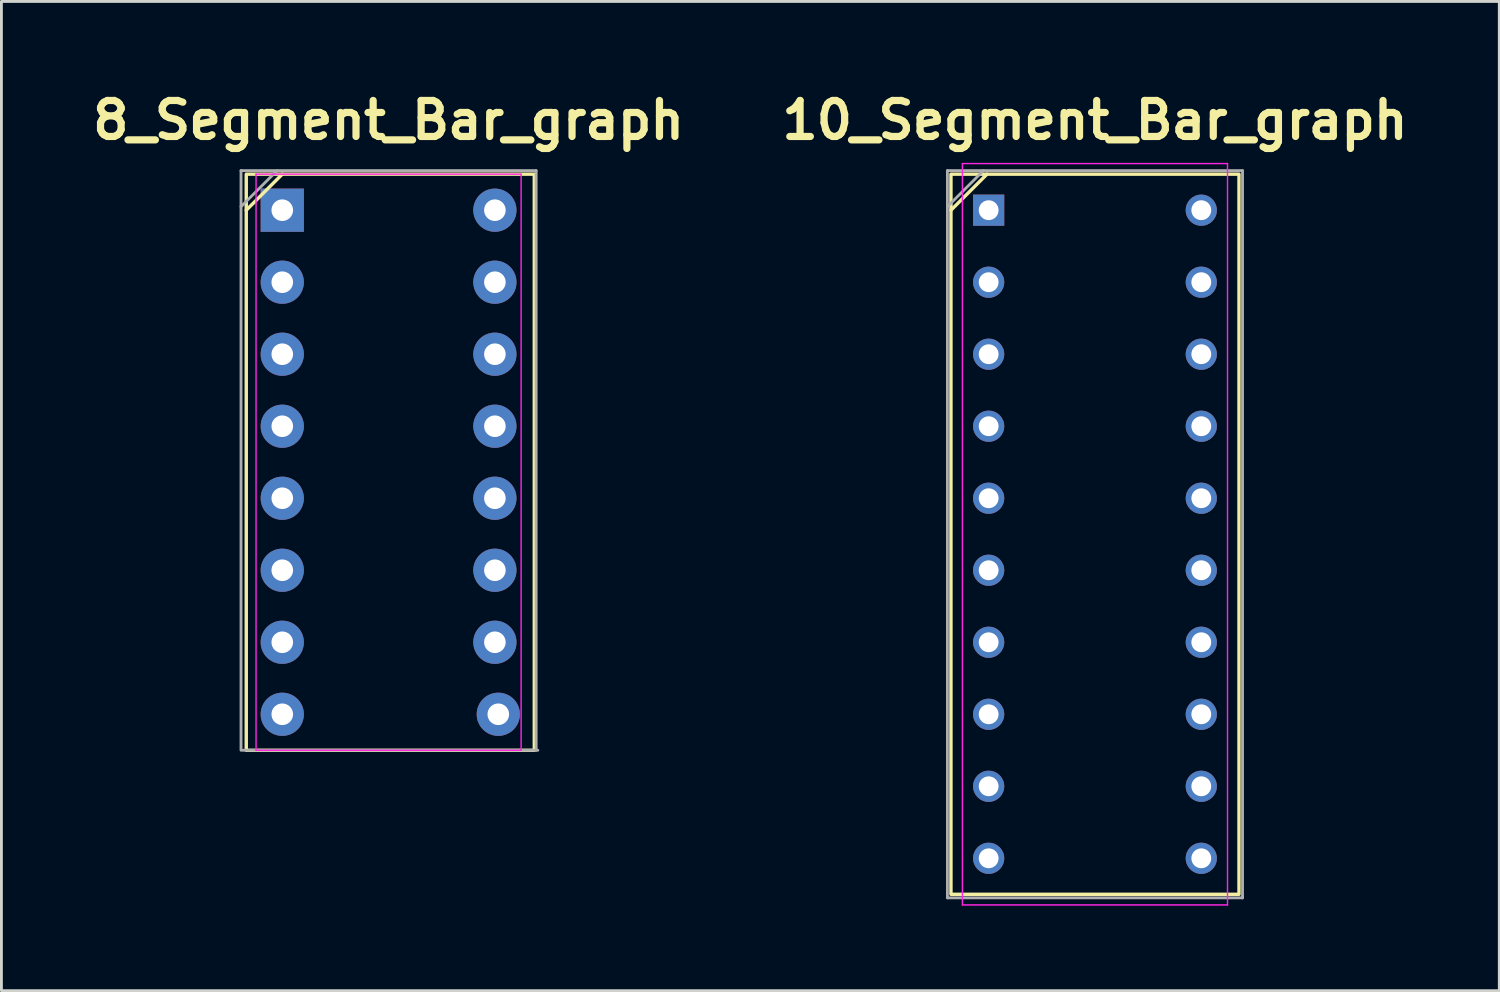
<source format=kicad_pcb>
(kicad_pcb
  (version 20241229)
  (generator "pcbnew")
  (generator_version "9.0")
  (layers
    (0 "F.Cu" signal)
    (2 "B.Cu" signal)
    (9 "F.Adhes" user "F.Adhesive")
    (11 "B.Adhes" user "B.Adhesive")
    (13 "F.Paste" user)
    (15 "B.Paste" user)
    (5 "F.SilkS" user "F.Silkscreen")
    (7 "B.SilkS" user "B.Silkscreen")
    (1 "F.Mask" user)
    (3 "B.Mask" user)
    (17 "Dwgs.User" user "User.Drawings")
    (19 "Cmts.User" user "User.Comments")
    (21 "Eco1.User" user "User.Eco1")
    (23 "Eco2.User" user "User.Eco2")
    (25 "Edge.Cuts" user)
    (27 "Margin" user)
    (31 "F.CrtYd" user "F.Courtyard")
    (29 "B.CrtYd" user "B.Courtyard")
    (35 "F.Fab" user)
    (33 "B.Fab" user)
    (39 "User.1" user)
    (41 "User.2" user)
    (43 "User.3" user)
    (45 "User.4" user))
  (footprint "10_Segment_Bar_graph"
    (layer "F.Cu")
    (at 35.572 15.794)
    (property "Reference" "10_Segment_Bar_graph" (at 0 -14.605 0) (layer "F.SilkS") (effects (font (size 1.27 1.27) (thickness 0.254))))
    (attr through_hole)
    (fp_line (start -5.08 -11.43) (end -3.81 -12.7) (stroke (width 0.12) (type default)) (layer "F.SilkS"))
    (fp_rect (start 5.08 12.7) (end -5.08 -12.7) (stroke (width 0.12) (type default)) (fill no) (layer "F.SilkS"))
    (fp_line (start -4.675 -13.075) (end 4.675 -13.075) (stroke (width 0.05) (type solid)) (layer "F.CrtYd"))
    (fp_line (start -4.675 13.075) (end -4.675 -13.075) (stroke (width 0.05) (type solid)) (layer "F.CrtYd"))
    (fp_line (start 4.675 -13.075) (end 4.675 13.075) (stroke (width 0.05) (type solid)) (layer "F.CrtYd"))
    (fp_line (start 4.675 13.075) (end -4.675 13.075) (stroke (width 0.05) (type solid)) (layer "F.CrtYd"))
    (fp_line (start -5.205 -12.825) (end 5.205 -12.825) (stroke (width 0.1) (type solid)) (layer "F.Fab"))
    (fp_line (start -5.205 -11.555) (end -3.935 -12.825) (stroke (width 0.1) (type solid)) (layer "F.Fab"))
    (fp_line (start -5.205 12.825) (end -5.205 -12.825) (stroke (width 0.1) (type solid)) (layer "F.Fab"))
    (fp_line (start 5.205 -12.825) (end 5.205 12.825) (stroke (width 0.1) (type solid)) (layer "F.Fab"))
    (fp_line (start 5.205 12.825) (end -5.205 12.825) (stroke (width 0.1) (type solid)) (layer "F.Fab"))
    (pad "1" thru_hole rect (at -3.75 -11.43) (size 1.1 1.1) (drill 0.7) (layers "*.Cu" "*.Mask"))
    (pad "2" thru_hole circle (at -3.75 -8.89) (size 1.1 1.1) (drill 0.7) (layers "*.Cu" "*.Mask"))
    (pad "3" thru_hole circle (at -3.75 -6.35) (size 1.1 1.1) (drill 0.7) (layers "*.Cu" "*.Mask"))
    (pad "4" thru_hole circle (at -3.75 -3.81) (size 1.1 1.1) (drill 0.7) (layers "*.Cu" "*.Mask"))
    (pad "5" thru_hole circle (at -3.75 -1.27) (size 1.1 1.1) (drill 0.7) (layers "*.Cu" "*.Mask"))
    (pad "6" thru_hole circle (at -3.75 1.27) (size 1.1 1.1) (drill 0.7) (layers "*.Cu" "*.Mask"))
    (pad "7" thru_hole circle (at -3.75 3.81) (size 1.1 1.1) (drill 0.7) (layers "*.Cu" "*.Mask"))
    (pad "8" thru_hole circle (at -3.75 6.35) (size 1.1 1.1) (drill 0.7) (layers "*.Cu" "*.Mask"))
    (pad "9" thru_hole circle (at -3.75 8.89) (size 1.1 1.1) (drill 0.7) (layers "*.Cu" "*.Mask"))
    (pad "10" thru_hole circle (at -3.75 11.43) (size 1.1 1.1) (drill 0.7) (layers "*.Cu" "*.Mask"))
    (pad "11" thru_hole circle (at 3.75 11.43) (size 1.1 1.1) (drill 0.7) (layers "*.Cu" "*.Mask"))
    (pad "12" thru_hole circle (at 3.75 8.89) (size 1.1 1.1) (drill 0.7) (layers "*.Cu" "*.Mask"))
    (pad "13" thru_hole circle (at 3.75 6.35) (size 1.1 1.1) (drill 0.7) (layers "*.Cu" "*.Mask"))
    (pad "14" thru_hole circle (at 3.75 3.81) (size 1.1 1.1) (drill 0.7) (layers "*.Cu" "*.Mask"))
    (pad "15" thru_hole circle (at 3.75 1.27) (size 1.1 1.1) (drill 0.7) (layers "*.Cu" "*.Mask"))
    (pad "16" thru_hole circle (at 3.75 -1.27) (size 1.1 1.1) (drill 0.7) (layers "*.Cu" "*.Mask"))
    (pad "17" thru_hole circle (at 3.75 -3.81) (size 1.1 1.1) (drill 0.7) (layers "*.Cu" "*.Mask"))
    (pad "18" thru_hole circle (at 3.75 -6.35) (size 1.1 1.1) (drill 0.7) (layers "*.Cu" "*.Mask"))
    (pad "19" thru_hole circle (at 3.75 -8.89) (size 1.1 1.1) (drill 0.7) (layers "*.Cu" "*.Mask"))
    (pad "20" thru_hole circle (at 3.75 -11.43) (size 1.1 1.1) (drill 0.7) (layers "*.Cu" "*.Mask")))
  (footprint "8_Segment_Bar_graph"
    (layer "F.Cu")
    (at 6.906 4.364)
    (property "Reference" "8_Segment_Bar_graph" (at 3.75 -3.175 0) (layer "F.SilkS") (effects (font (size 1.27 1.27) (thickness 0.254))))
    (attr through_hole)
    (fp_line (start -1.27 0) (end 0 -1.27) (stroke (width 0.12) (type default)) (layer "F.SilkS"))
    (fp_rect (start 8.89 19.05) (end -1.27 -1.27) (stroke (width 0.12) (type default)) (fill no) (layer "F.SilkS"))
    (fp_line (start -0.925 -1.27) (end 8.425 -1.27) (stroke (width 0.05) (type solid)) (layer "F.CrtYd"))
    (fp_line (start -0.925 19.05) (end -0.925 -1.27) (stroke (width 0.05) (type solid)) (layer "F.CrtYd"))
    (fp_line (start 8.425 -1.27) (end 8.425 19.05) (stroke (width 0.05) (type solid)) (layer "F.CrtYd"))
    (fp_line (start 8.425 19.05) (end -0.925 19.05) (stroke (width 0.05) (type solid)) (layer "F.CrtYd"))
    (fp_line (start -1.455 -1.395) (end 8.955 -1.395) (stroke (width 0.1) (type solid)) (layer "F.Fab"))
    (fp_line (start -1.455 -0.125) (end -0.185 -1.395) (stroke (width 0.1) (type solid)) (layer "F.Fab"))
    (fp_line (start -1.455 19.05) (end -1.455 -1.395) (stroke (width 0.1) (type solid)) (layer "F.Fab"))
    (fp_line (start 8.955 -1.395) (end 8.955 19.05) (stroke (width 0.1) (type solid)) (layer "F.Fab"))
    (fp_line (start 9.015 19.05) (end -1.395 19.05) (stroke (width 0.1) (type solid)) (layer "F.Fab"))
    (pad "1" thru_hole rect (at 0 0) (size 1.524 1.524) (drill 0.762) (layers "*.Cu" "*.Mask"))
    (pad "2" thru_hole circle (at 0 2.54) (size 1.524 1.524) (drill 0.762) (layers "*.Cu" "*.Mask"))
    (pad "3" thru_hole circle (at 0 5.08) (size 1.524 1.524) (drill 0.762) (layers "*.Cu" "*.Mask"))
    (pad "4" thru_hole circle (at 0 7.62) (size 1.524 1.524) (drill 0.762) (layers "*.Cu" "*.Mask"))
    (pad "5" thru_hole circle (at 0 10.16) (size 1.524 1.524) (drill 0.762) (layers "*.Cu" "*.Mask"))
    (pad "6" thru_hole circle (at 0 12.7) (size 1.524 1.524) (drill 0.762) (layers "*.Cu" "*.Mask"))
    (pad "7" thru_hole circle (at 0 15.24) (size 1.524 1.524) (drill 0.762) (layers "*.Cu" "*.Mask"))
    (pad "8" thru_hole circle (at 0 17.78) (size 1.524 1.524) (drill 0.762) (layers "*.Cu" "*.Mask"))
    (pad "9" thru_hole circle (at 7.62 17.78) (size 1.524 1.524) (drill 0.762) (layers "*.Cu" "*.Mask"))
    (pad "10" thru_hole circle (at 7.5 15.24) (size 1.524 1.524) (drill 0.762) (layers "*.Cu" "*.Mask"))
    (pad "11" thru_hole circle (at 7.5 12.7) (size 1.524 1.524) (drill 0.762) (layers "*.Cu" "*.Mask"))
    (pad "12" thru_hole circle (at 7.5 10.16) (size 1.524 1.524) (drill 0.762) (layers "*.Cu" "*.Mask"))
    (pad "13" thru_hole circle (at 7.5 7.62) (size 1.524 1.524) (drill 0.762) (layers "*.Cu" "*.Mask"))
    (pad "14" thru_hole circle (at 7.5 5.08) (size 1.524 1.524) (drill 0.762) (layers "*.Cu" "*.Mask"))
    (pad "15" thru_hole circle (at 7.5 2.54) (size 1.524 1.524) (drill 0.762) (layers "*.Cu" "*.Mask"))
    (pad "16" thru_hole circle (at 7.5 0) (size 1.524 1.524) (drill 0.762) (layers "*.Cu" "*.Mask")))
  (gr_rect
    (start -3 -3)
    (end 49.833 31.894)
    (stroke (width 0.1) (type default))
    (fill no)
    (layer "Edge.Cuts")))
</source>
